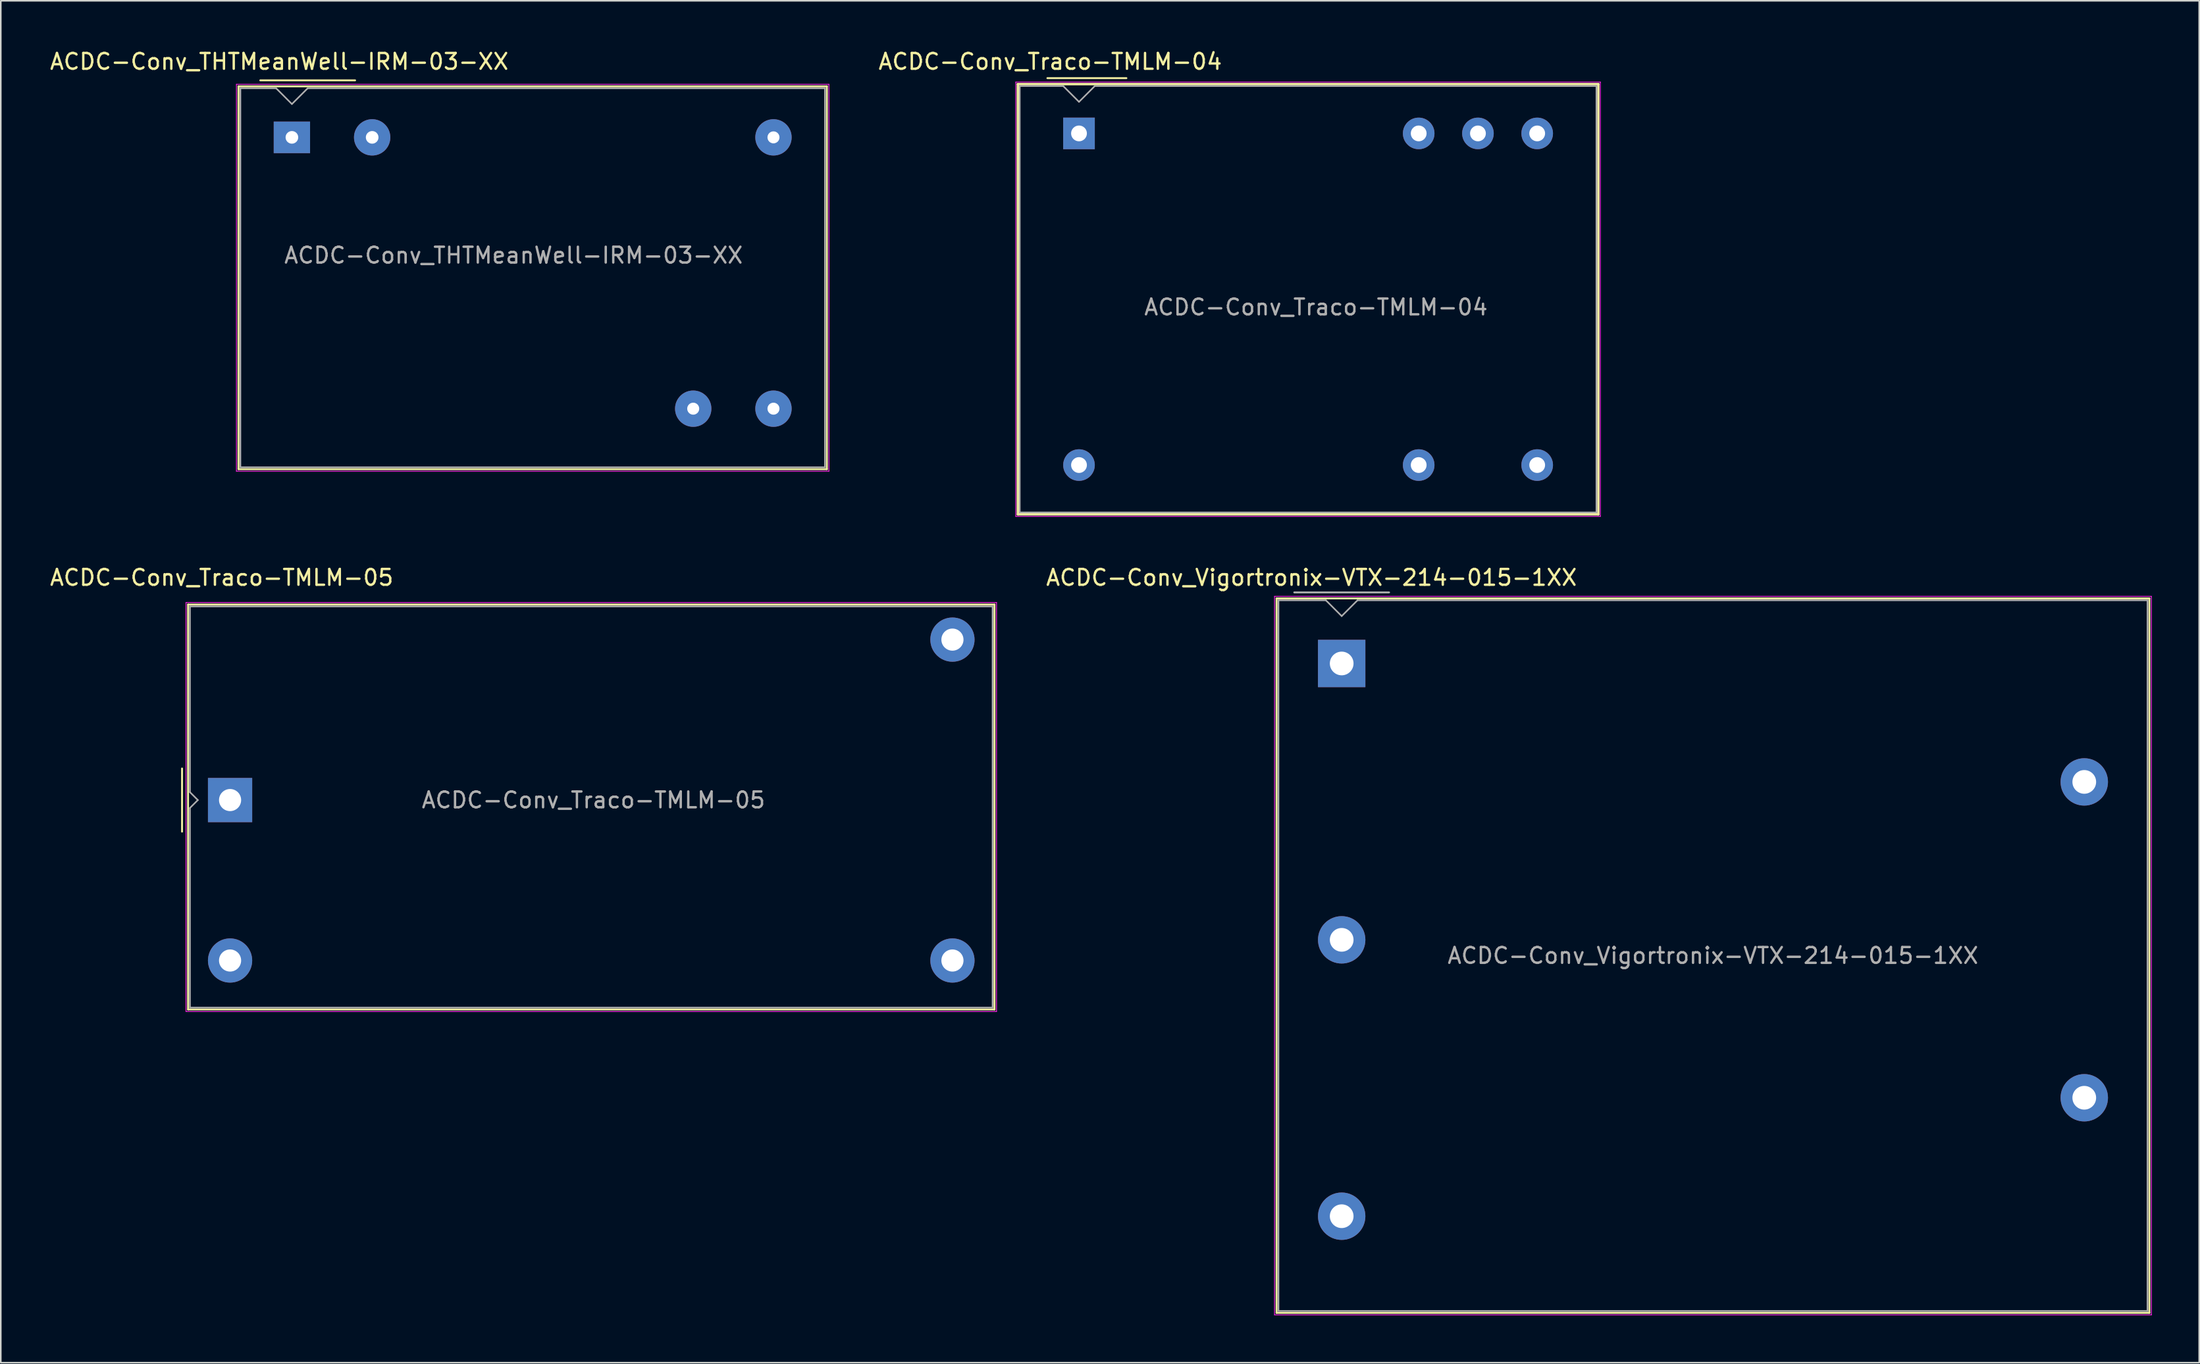
<source format=kicad_pcb>
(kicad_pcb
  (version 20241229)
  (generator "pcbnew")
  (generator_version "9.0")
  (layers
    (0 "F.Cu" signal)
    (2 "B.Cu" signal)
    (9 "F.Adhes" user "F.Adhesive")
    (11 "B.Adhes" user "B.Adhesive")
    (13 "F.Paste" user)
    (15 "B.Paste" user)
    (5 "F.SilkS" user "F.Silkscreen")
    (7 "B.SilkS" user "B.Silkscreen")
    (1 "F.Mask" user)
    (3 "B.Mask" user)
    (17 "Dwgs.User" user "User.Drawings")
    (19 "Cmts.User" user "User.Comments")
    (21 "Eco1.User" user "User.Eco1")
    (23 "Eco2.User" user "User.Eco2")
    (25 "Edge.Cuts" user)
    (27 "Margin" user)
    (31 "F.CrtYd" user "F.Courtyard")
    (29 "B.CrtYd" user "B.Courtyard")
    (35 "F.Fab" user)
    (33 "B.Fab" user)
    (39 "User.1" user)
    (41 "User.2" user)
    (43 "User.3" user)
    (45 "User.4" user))
  (footprint "ACDC-Conv_Vigortronix-VTX-214-015-1XX"
    (layer "F.Cu")
    (at 81.868 38.962)
    (property "Reference" "ACDC-Conv_Vigortronix-VTX-214-015-1XX" (at -1.91 -5.44 0) (layer "F.SilkS") (effects (font (size 1 1) (thickness 0.15))))
    (attr through_hole)
    (fp_line (start -4.12 -4.12) (end 51.12 -4.12) (stroke (width 0.12) (type solid)) (layer "F.SilkS"))
    (fp_line (start -4.12 41.12) (end -4.12 -4.12) (stroke (width 0.12) (type solid)) (layer "F.SilkS"))
    (fp_line (start 51.12 -4.12) (end 51.12 41.12) (stroke (width 0.12) (type solid)) (layer "F.SilkS"))
    (fp_line (start 51.12 41.12) (end -4.12 41.12) (stroke (width 0.12) (type solid)) (layer "F.SilkS"))
    (fp_line (start -4.25 -4.25) (end 51.25 -4.25) (stroke (width 0.05) (type solid)) (layer "F.CrtYd"))
    (fp_line (start -4.25 41.25) (end -4.25 -4.25) (stroke (width 0.05) (type solid)) (layer "F.CrtYd"))
    (fp_line (start 51.25 -4.25) (end 51.25 41.25) (stroke (width 0.05) (type solid)) (layer "F.CrtYd"))
    (fp_line (start 51.25 41.25) (end -4.25 41.25) (stroke (width 0.05) (type solid)) (layer "F.CrtYd"))
    (fp_line (start -4 -4) (end -1 -4) (stroke (width 0.1) (type solid)) (layer "F.Fab"))
    (fp_line (start -4 41) (end -4 -4) (stroke (width 0.1) (type solid)) (layer "F.Fab"))
    (fp_line (start -3 -4.5) (end 3 -4.5) (stroke (width 0.12) (type solid)) (layer "F.Fab"))
    (fp_line (start -1 -4) (end 0 -3) (stroke (width 0.1) (type solid)) (layer "F.Fab"))
    (fp_line (start 0 -3) (end 1 -4) (stroke (width 0.1) (type solid)) (layer "F.Fab"))
    (fp_line (start 1 -4) (end 51 -4) (stroke (width 0.1) (type solid)) (layer "F.Fab"))
    (fp_line (start 51 -4) (end 51 41) (stroke (width 0.1) (type solid)) (layer "F.Fab"))
    (fp_line (start 51 41) (end -4 41) (stroke (width 0.1) (type solid)) (layer "F.Fab"))
    (fp_text user "${REFERENCE}" (at 23.5 18.5 0) (layer "F.Fab") (effects (font (size 1 1) (thickness 0.15))))
    (pad "1" thru_hole rect (at 0 0) (size 3 3) (drill 1.5) (layers "*.Cu" "*.Mask"))
    (pad "2" thru_hole circle (at 0 17.5) (size 3 3) (drill 1.5) (layers "*.Cu" "*.Mask"))
    (pad "3" thru_hole circle (at 0 35) (size 3 3) (drill 1.5) (layers "*.Cu" "*.Mask"))
    (pad "4" thru_hole circle (at 47 27.5) (size 3 3) (drill 1.5) (layers "*.Cu" "*.Mask"))
    (pad "5" thru_hole circle (at 47 7.5) (size 3 3) (drill 1.5) (layers "*.Cu" "*.Mask")))
  (footprint "ACDC-Conv_THTMeanWell-IRM-03-XX"
    (layer "F.Cu")
    (at 15.425 5.648)
    (property "Reference" "ACDC-Conv_THTMeanWell-IRM-03-XX" (at -0.8 -4.8 0) (layer "F.SilkS") (effects (font (size 1 1) (thickness 0.15))))
    (attr through_hole)
    (fp_line (start -3.38 -3.23) (end 33.86 -3.23) (stroke (width 0.12) (type solid)) (layer "F.SilkS"))
    (fp_line (start -3.38 21.01) (end -3.38 -3.23) (stroke (width 0.12) (type solid)) (layer "F.SilkS"))
    (fp_line (start -3.38 21.01) (end 33.86 21.01) (stroke (width 0.12) (type solid)) (layer "F.SilkS"))
    (fp_line (start -2 -3.61) (end 4 -3.61) (stroke (width 0.12) (type solid)) (layer "F.SilkS"))
    (fp_line (start 33.86 -3.23) (end 33.86 21.01) (stroke (width 0.12) (type solid)) (layer "F.SilkS"))
    (fp_line (start -3.51 -3.36) (end 33.99 -3.36) (stroke (width 0.05) (type solid)) (layer "F.CrtYd"))
    (fp_line (start -3.51 21.14) (end -3.51 -3.36) (stroke (width 0.05) (type solid)) (layer "F.CrtYd"))
    (fp_line (start -3.51 21.14) (end 33.99 21.14) (stroke (width 0.05) (type solid)) (layer "F.CrtYd"))
    (fp_line (start 33.99 21.14) (end 33.99 -3.36) (stroke (width 0.05) (type solid)) (layer "F.CrtYd"))
    (fp_line (start -3.26 20.89) (end -3.26 -3.11) (stroke (width 0.1) (type solid)) (layer "F.Fab"))
    (fp_line (start -3.26 20.89) (end 33.74 20.89) (stroke (width 0.1) (type solid)) (layer "F.Fab"))
    (fp_line (start -1 -3.11) (end -3.26 -3.11) (stroke (width 0.1) (type solid)) (layer "F.Fab"))
    (fp_line (start 0 -2.11) (end -1 -3.11) (stroke (width 0.1) (type solid)) (layer "F.Fab"))
    (fp_line (start 1 -3.11) (end 0 -2.11) (stroke (width 0.1) (type solid)) (layer "F.Fab"))
    (fp_line (start 1 -3.11) (end 33.74 -3.11) (stroke (width 0.1) (type solid)) (layer "F.Fab"))
    (fp_line (start 33.74 20.89) (end 33.74 -3.11) (stroke (width 0.1) (type solid)) (layer "F.Fab"))
    (fp_text user "${REFERENCE}" (at 14.03 7.47 0) (layer "F.Fab") (effects (font (size 1 1) (thickness 0.15))))
    (pad "1" thru_hole rect (at 0 0) (size 2.3 2) (drill 0.8) (layers "*.Cu" "*.Mask"))
    (pad "3" thru_hole circle (at 5.08 0) (size 2.3 2.3) (drill 0.8) (layers "*.Cu" "*.Mask"))
    (pad "5" thru_hole circle (at 30.48 0) (size 2.3 2.3) (drill 0.76) (layers "*.Cu" "*.Mask"))
    (pad "14" thru_hole circle (at 30.48 17.18) (size 2.3 2.3) (drill 0.76) (layers "*.Cu" "*.Mask"))
    (pad "16" thru_hole circle (at 25.4 17.18) (size 2.3 2.3) (drill 0.76) (layers "*.Cu" "*.Mask")))
  (footprint "ACDC-Conv_Traco-TMLM-05"
    (layer "F.Cu")
    (at 11.512 47.611)
    (property "Reference" "ACDC-Conv_Traco-TMLM-05" (at -0.53 -14.09 0) (layer "F.SilkS") (effects (font (size 1 1) (thickness 0.15))))
    (attr through_hole)
    (fp_line (start -3.04 -2) (end -3.04 2) (stroke (width 0.12) (type solid)) (layer "F.SilkS"))
    (fp_line (start -2.66 -12.38) (end 48.38 -12.38) (stroke (width 0.12) (type solid)) (layer "F.SilkS"))
    (fp_line (start -2.66 13.26) (end -2.66 -12.38) (stroke (width 0.12) (type solid)) (layer "F.SilkS"))
    (fp_line (start 48.38 -12.38) (end 48.38 13.26) (stroke (width 0.12) (type solid)) (layer "F.SilkS"))
    (fp_line (start 48.38 13.26) (end -2.66 13.26) (stroke (width 0.12) (type solid)) (layer "F.SilkS"))
    (fp_line (start -2.79 -12.51) (end -2.79 13.39) (stroke (width 0.05) (type solid)) (layer "F.CrtYd"))
    (fp_line (start -2.79 -12.51) (end 48.51 -12.51) (stroke (width 0.05) (type solid)) (layer "F.CrtYd"))
    (fp_line (start -2.79 13.39) (end 48.51 13.39) (stroke (width 0.05) (type solid)) (layer "F.CrtYd"))
    (fp_line (start 48.51 -12.51) (end 48.51 13.39) (stroke (width 0.05) (type solid)) (layer "F.CrtYd"))
    (fp_line (start -2.54 -12.26) (end 48.26 -12.26) (stroke (width 0.1) (type solid)) (layer "F.Fab"))
    (fp_line (start -2.54 -0.5) (end -2.54 -12.26) (stroke (width 0.1) (type solid)) (layer "F.Fab"))
    (fp_line (start -2.54 0.5) (end -2.04 0) (stroke (width 0.1) (type solid)) (layer "F.Fab"))
    (fp_line (start -2.54 13.14) (end -2.54 0.5) (stroke (width 0.1) (type solid)) (layer "F.Fab"))
    (fp_line (start -2.04 0) (end -2.54 -0.5) (stroke (width 0.1) (type solid)) (layer "F.Fab"))
    (fp_line (start 48.26 -12.26) (end 48.26 13.14) (stroke (width 0.1) (type solid)) (layer "F.Fab"))
    (fp_line (start 48.26 13.14) (end -2.54 13.14) (stroke (width 0.1) (type solid)) (layer "F.Fab"))
    (fp_text user "${REFERENCE}" (at 23 0 0) (layer "F.Fab") (effects (font (size 1 1) (thickness 0.15))))
    (pad "1" thru_hole rect (at 0 0) (size 2.8 2.8) (drill 1.4) (layers "*.Cu" "*.Mask"))
    (pad "2" thru_hole circle (at 0 10.16) (size 2.8 2.8) (drill 1.4) (layers "*.Cu" "*.Mask"))
    (pad "3" thru_hole circle (at 45.72 10.16) (size 2.8 2.8) (drill 1.4) (layers "*.Cu" "*.Mask"))
    (pad "4" thru_hole circle (at 45.72 -10.16) (size 2.8 2.8) (drill 1.4) (layers "*.Cu" "*.Mask")))
  (footprint "ACDC-Conv_Traco-TMLM-04"
    (layer "F.Cu")
    (at 65.242 5.398)
    (property "Reference" "ACDC-Conv_Traco-TMLM-04" (at -1.82 -4.55 0) (layer "F.SilkS") (effects (font (size 1 1) (thickness 0.15))))
    (attr through_hole)
    (fp_line (start -3.87 -3.12) (end -3.87 24.12) (stroke (width 0.15) (type solid)) (layer "F.SilkS"))
    (fp_line (start -3.87 -3.12) (end 32.87 -3.12) (stroke (width 0.15) (type solid)) (layer "F.SilkS"))
    (fp_line (start -3.87 24.12) (end 32.87 24.12) (stroke (width 0.15) (type solid)) (layer "F.SilkS"))
    (fp_line (start -2 -3.5) (end 3 -3.5) (stroke (width 0.12) (type solid)) (layer "F.SilkS"))
    (fp_line (start 32.87 -3.12) (end 32.87 24.12) (stroke (width 0.15) (type solid)) (layer "F.SilkS"))
    (fp_line (start -4 -3.25) (end -4 24.25) (stroke (width 0.05) (type solid)) (layer "F.CrtYd"))
    (fp_line (start -4 -3.25) (end 33 -3.25) (stroke (width 0.05) (type solid)) (layer "F.CrtYd"))
    (fp_line (start -4 24.25) (end 33 24.25) (stroke (width 0.05) (type solid)) (layer "F.CrtYd"))
    (fp_line (start 33 -3.25) (end 33 24.25) (stroke (width 0.05) (type solid)) (layer "F.CrtYd"))
    (fp_line (start -3.75 -3) (end -3.75 24) (stroke (width 0.1) (type solid)) (layer "F.Fab"))
    (fp_line (start -1 -3) (end -3.75 -3) (stroke (width 0.1) (type solid)) (layer "F.Fab"))
    (fp_line (start -1 -3) (end 0 -2) (stroke (width 0.1) (type solid)) (layer "F.Fab"))
    (fp_line (start 0 -2) (end 1 -3) (stroke (width 0.1) (type solid)) (layer "F.Fab"))
    (fp_line (start 1 -3) (end 32.75 -3) (stroke (width 0.1) (type solid)) (layer "F.Fab"))
    (fp_line (start 32.75 -3) (end 32.75 24) (stroke (width 0.1) (type solid)) (layer "F.Fab"))
    (fp_line (start 32.75 24) (end -3.75 24) (stroke (width 0.1) (type solid)) (layer "F.Fab"))
    (fp_text user "${REFERENCE}" (at 15 11 0) (layer "F.Fab") (effects (font (size 1 1) (thickness 0.15))))
    (pad "1" thru_hole rect (at 0 0) (size 2 2) (drill 1) (layers "*.Cu" "*.Mask"))
    (pad "2" thru_hole circle (at 21.5 0) (size 2 2) (drill 1) (layers "*.Cu" "*.Mask"))
    (pad "3" thru_hole circle (at 25.25 0) (size 2 2) (drill 1) (layers "*.Cu" "*.Mask"))
    (pad "4" thru_hole circle (at 29 0) (size 2 2) (drill 1) (layers "*.Cu" "*.Mask"))
    (pad "5" thru_hole circle (at 29 21) (size 2 2) (drill 1) (layers "*.Cu" "*.Mask"))
    (pad "6" thru_hole circle (at 21.5 21) (size 2 2) (drill 1) (layers "*.Cu" "*.Mask"))
    (pad "7" thru_hole circle (at 0 21) (size 2 2) (drill 1) (layers "*.Cu" "*.Mask")))
  (gr_rect
    (start -3 -3)
    (end 136.143 83.237)
    (stroke (width 0.1) (type default))
    (fill no)
    (layer "Edge.Cuts")))
</source>
